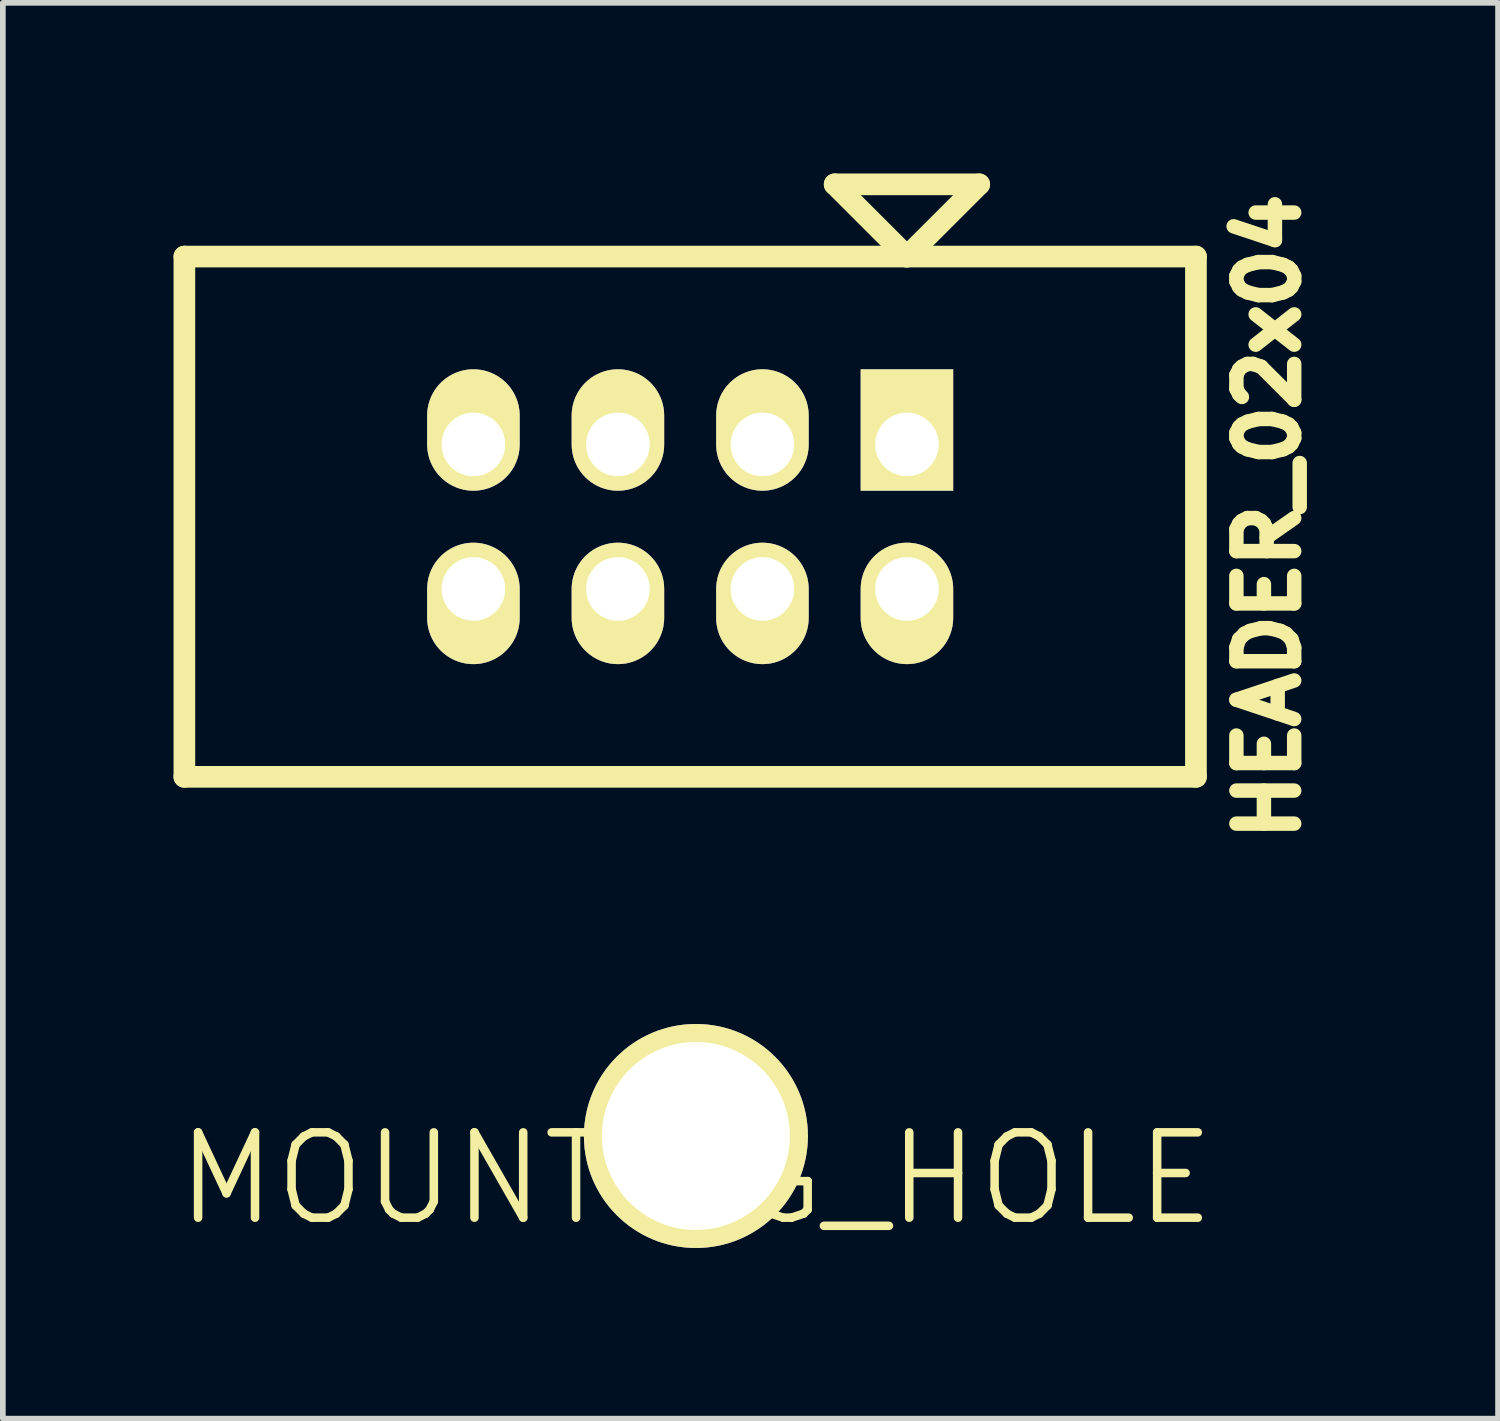
<source format=kicad_pcb>
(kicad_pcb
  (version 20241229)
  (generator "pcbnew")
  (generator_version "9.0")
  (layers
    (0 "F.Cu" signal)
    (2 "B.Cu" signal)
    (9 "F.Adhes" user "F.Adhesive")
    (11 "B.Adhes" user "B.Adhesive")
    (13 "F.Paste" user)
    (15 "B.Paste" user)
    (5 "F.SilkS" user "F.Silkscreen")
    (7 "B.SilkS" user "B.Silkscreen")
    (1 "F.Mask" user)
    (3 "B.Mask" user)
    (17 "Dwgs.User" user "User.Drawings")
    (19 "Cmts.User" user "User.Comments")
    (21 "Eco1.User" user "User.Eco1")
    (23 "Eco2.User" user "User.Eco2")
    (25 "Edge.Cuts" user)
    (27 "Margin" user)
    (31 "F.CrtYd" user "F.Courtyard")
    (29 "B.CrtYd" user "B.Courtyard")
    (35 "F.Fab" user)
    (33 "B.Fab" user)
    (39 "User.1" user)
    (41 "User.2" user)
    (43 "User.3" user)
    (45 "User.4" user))
  (footprint "HEADER_02x04"
    (layer "F.Cu")
    (at 9.081 6.032)
    (property "Reference" "HEADER_02x04" (at 10.16 0 90) (layer "F.SilkS") (effects (font (size 1.016 1.016) (thickness 0.254))))
    (attr through_hole)
    (fp_line (start -8.89 -4.572) (end -8.89 4.572) (stroke (width 0.381) (type solid)) (layer "F.SilkS"))
    (fp_line (start -8.89 4.572) (end 8.89 4.572) (stroke (width 0.381) (type solid)) (layer "F.SilkS"))
    (fp_line (start 2.54 -5.842) (end 3.81 -4.572) (stroke (width 0.381) (type solid)) (layer "F.SilkS"))
    (fp_line (start 3.81 -4.572) (end 5.08 -5.842) (stroke (width 0.381) (type solid)) (layer "F.SilkS"))
    (fp_line (start 5.08 -5.842) (end 2.54 -5.842) (stroke (width 0.381) (type solid)) (layer "F.SilkS"))
    (fp_line (start 8.89 -4.572) (end -8.89 -4.572) (stroke (width 0.381) (type solid)) (layer "F.SilkS"))
    (fp_line (start 8.89 -4.572) (end 8.89 4.572) (stroke (width 0.381) (type solid)) (layer "F.SilkS"))
    (pad "1" thru_hole rect (at 3.81 -1.27) (size 1.626 2.134) (drill 1.118 (offset 0 -0.254)) (layers "*.Cu" "*.Mask" "F.SilkS"))
    (pad "2" thru_hole oval (at 3.81 1.27) (size 1.626 2.134) (drill 1.118 (offset 0 0.254)) (layers "*.Cu" "*.Mask" "F.SilkS"))
    (pad "3" thru_hole oval (at 1.27 -1.27) (size 1.626 2.134) (drill 1.118 (offset 0 -0.254)) (layers "*.Cu" "*.Mask" "F.SilkS"))
    (pad "4" thru_hole oval (at 1.27 1.27) (size 1.626 2.134) (drill 1.118 (offset 0 0.254)) (layers "*.Cu" "*.Mask" "F.SilkS"))
    (pad "5" thru_hole oval (at -1.27 -1.27) (size 1.626 2.134) (drill 1.118 (offset 0 -0.254)) (layers "*.Cu" "*.Mask" "F.SilkS"))
    (pad "6" thru_hole oval (at -1.27 1.27) (size 1.626 2.134) (drill 1.118 (offset 0 0.254)) (layers "*.Cu" "*.Mask" "F.SilkS"))
    (pad "7" thru_hole oval (at -3.81 -1.27) (size 1.626 2.134) (drill 1.118 (offset 0 -0.254)) (layers "*.Cu" "*.Mask" "F.SilkS"))
    (pad "8" thru_hole oval (at -3.81 1.27) (size 1.626 2.134) (drill 1.118 (offset 0 0.254)) (layers "*.Cu" "*.Mask" "F.SilkS")))
  (footprint "MOUNTING_HOLE"
    (layer "F.Cu")
    (at 9.182 16.917)
    (property "Reference" "MOUNTING_HOLE" (at 0 0.75 0) (layer "F.SilkS") (effects (font (size 1.5 1.5) (thickness 0.15))))
    (attr through_hole)
    (pad "1" thru_hole circle (at 0 0) (size 3.937 3.937) (drill 3.302) (layers "*.Cu" "*.Mask" "F.SilkS")))
  (gr_rect
    (start -3 -3)
    (end 23.281 21.885)
    (stroke (width 0.1) (type default))
    (fill no)
    (layer "Edge.Cuts")))
</source>
